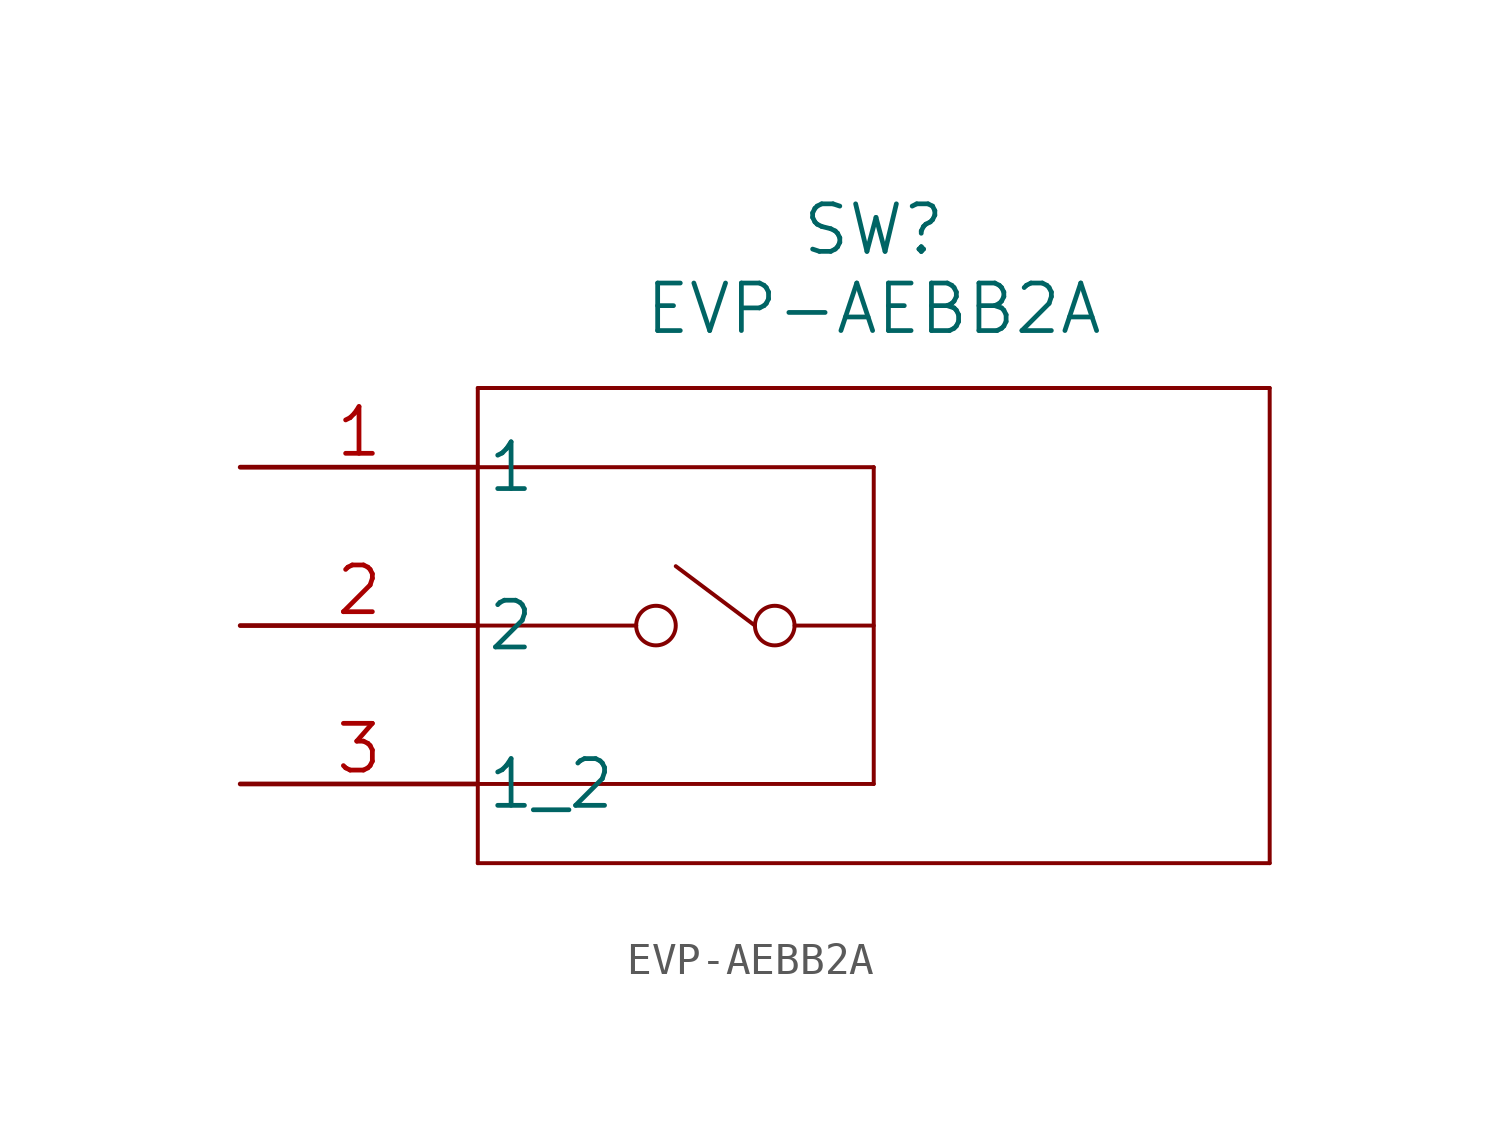
<source format=kicad_sym>
(kicad_symbol_lib
  (version 20211014)
  (generator kicad_symbol_editor)
  (symbol "EVP-AEBB2A"
    (pin_names
      (offset 0.254))
    (property "Reference" "SW"
      (at 20.32 7.62 0)
      (effects (font (size 1.524 1.524))))
    (property "Value" "EVP-AEBB2A"
      (at 20.32 5.08 0)
      (effects (font (size 1.524 1.524))))
    (property "Datasheet" ""
      (at 0 0 0)
      (effects (font (size 1.524 1.524))))
    (property "ki_locked" ""
      (at 0 0 0)
      (effects (font (size 1.27 1.27))))
    (symbol "EVP-AEBB2A_1_1"
      (polyline (pts (xy 7.62 -12.7) (xy 33.02 -12.7)) (stroke (width 0.127) (type default) (color 0 0 0 0)) (fill (type none)))
      (polyline (pts (xy 7.62 -5.08) (xy 12.7 -5.08)) (stroke (width 0.127) (type default) (color 0 0 0 0)) (fill (type none)))
      (polyline (pts (xy 7.62 0) (xy 20.32 0)) (stroke (width 0.127) (type default) (color 0 0 0 0)) (fill (type none)))
      (polyline (pts (xy 7.62 2.54) (xy 7.62 -12.7)) (stroke (width 0.127) (type default) (color 0 0 0 0)) (fill (type none)))
      (polyline (pts (xy 16.51 -5.08) (xy 13.97 -3.175)) (stroke (width 0.127) (type default) (color 0 0 0 0)) (fill (type none)))
      (polyline (pts (xy 20.32 -10.16) (xy 7.62 -10.16)) (stroke (width 0.127) (type default) (color 0 0 0 0)) (fill (type none)))
      (polyline (pts (xy 20.32 -5.08) (xy 17.78 -5.08)) (stroke (width 0.127) (type default) (color 0 0 0 0)) (fill (type none)))
      (polyline (pts (xy 20.32 0) (xy 20.32 -10.16)) (stroke (width 0.127) (type default) (color 0 0 0 0)) (fill (type none)))
      (polyline (pts (xy 33.02 -12.7) (xy 33.02 2.54)) (stroke (width 0.127) (type default) (color 0 0 0 0)) (fill (type none)))
      (polyline (pts (xy 33.02 2.54) (xy 7.62 2.54)) (stroke (width 0.127) (type default) (color 0 0 0 0)) (fill (type none)))
      (arc (start 12.7 -5.08) (mid 13.97 -5.08) (end 12.7 -5.08) (stroke (width 0.127) (type default) (color 0 0 0 0)) (fill (type none)))
      (circle (center 13.335 -5.08) (radius 0.635) (stroke (width 0.127) (type default) (color 0 0 0 0)) (fill (type none)))
      (arc (start 16.51 -5.08) (mid 17.78 -5.08) (end 16.51 -5.08) (stroke (width 0.127) (type default) (color 0 0 0 0)) (fill (type none)))
      (circle (center 17.145 -5.08) (radius 0.635) (stroke (width 0.127) (type default) (color 0 0 0 0)) (fill (type none)))
      (pin bidirectional line (at 0 0 0) (length 7.62) (name "1" (effects (font (size 1.499 1.499)))) (number "1" (effects (font (size 1.499 1.499)))))
      (pin bidirectional line (at 0 -5.08 0) (length 7.62) (name "2" (effects (font (size 1.499 1.499)))) (number "2" (effects (font (size 1.499 1.499)))))
      (pin bidirectional line (at 0 -10.16 0) (length 7.62) (name "1_2" (effects (font (size 1.499 1.499)))) (number "3" (effects (font (size 1.499 1.499))))))))
</source>
